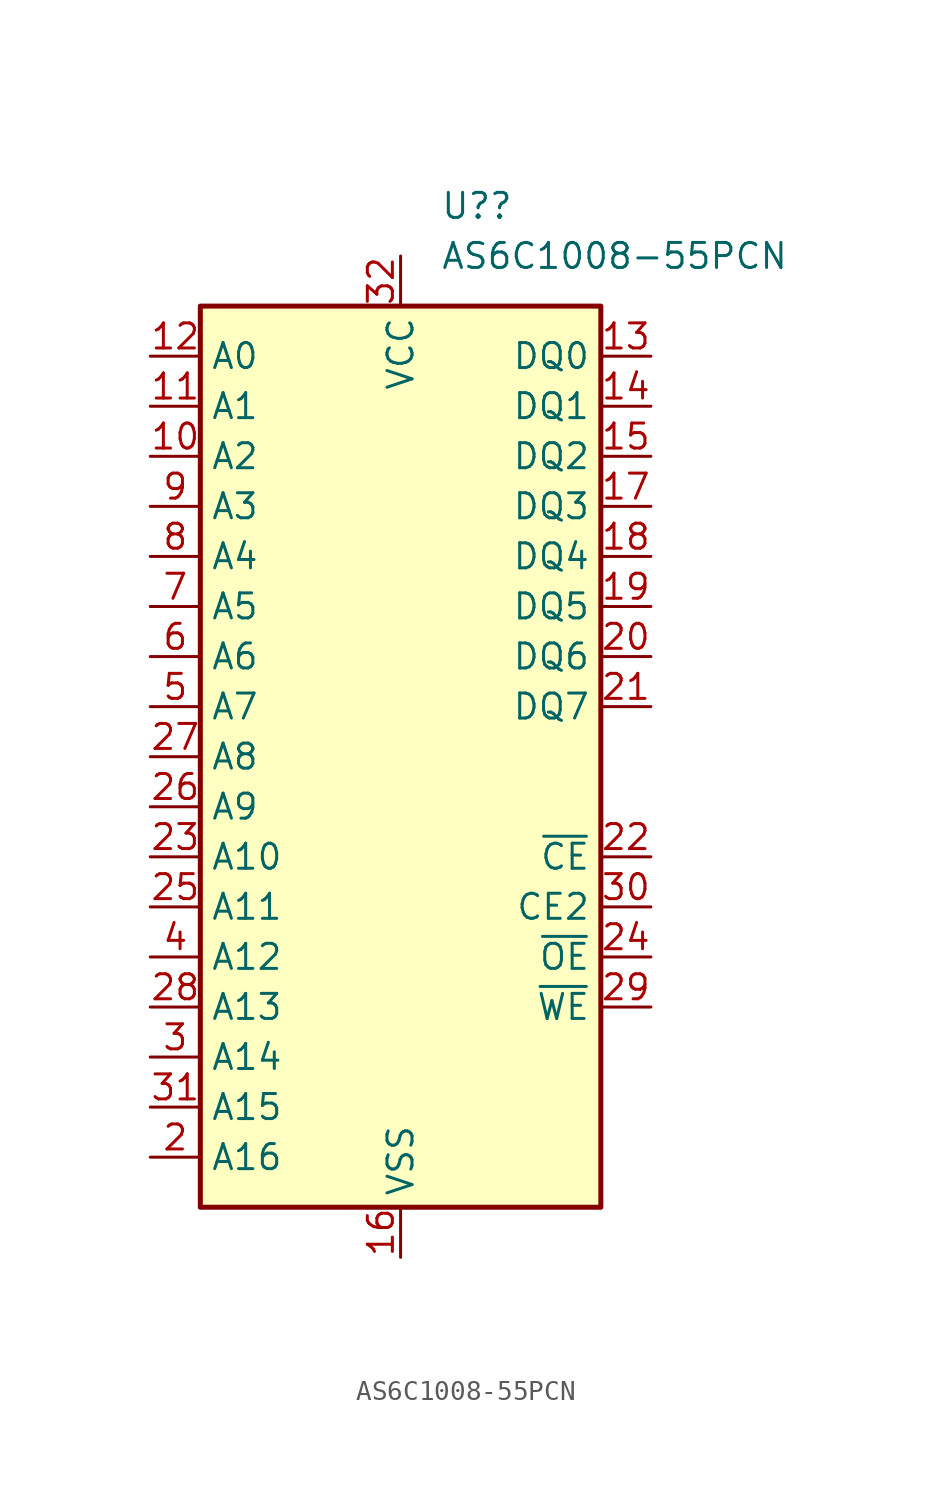
<source format=kicad_sym>
(kicad_symbol_lib
  (version 20211014)
  (generator kicad_symbol_editor)
  (symbol "AS6C1008-55PCN"
    (property "Reference" "U?"
      (at 2.019 30.48 0)
      (effects (font (size 1.27 1.27)) (justify left)))
    (property "Value" "AS6C1008-55PCN"
      (at 2.019 27.94 0)
      (effects (font (size 1.27 1.27)) (justify left)))
    (symbol "AS6C1008-55PCN_0_0"
      (pin power_in line (at 0 -22.86 90) (length 2.54) (name "VSS" (effects (font (size 1.27 1.27)))) (number "16" (effects (font (size 1.27 1.27)))))
      (pin power_in line (at 0 27.94 270) (length 2.54) (name "VCC" (effects (font (size 1.27 1.27)))) (number "32" (effects (font (size 1.27 1.27))))))
    (symbol "AS6C1008-55PCN_0_1"
      (rectangle (start -10.16 25.4) (end 10.16 -20.32) (stroke (width 0.254) (type default) (color 0 0 0 0)) (fill (type background))))
    (symbol "AS6C1008-55PCN_1_1"
      (pin input line (at 10.16 -15.24 180) (length 2.54) hide (name "NC" (effects (font (size 1.27 1.27)))) (number "1" (effects (font (size 1.27 1.27)))))
      (pin input line (at -12.7 17.78 0) (length 2.54) (name "A2" (effects (font (size 1.27 1.27)))) (number "10" (effects (font (size 1.27 1.27)))))
      (pin input line (at -12.7 20.32 0) (length 2.54) (name "A1" (effects (font (size 1.27 1.27)))) (number "11" (effects (font (size 1.27 1.27)))))
      (pin input line (at -12.7 22.86 0) (length 2.54) (name "A0" (effects (font (size 1.27 1.27)))) (number "12" (effects (font (size 1.27 1.27)))))
      (pin tri_state line (at 12.7 22.86 180) (length 2.54) (name "DQ0" (effects (font (size 1.27 1.27)))) (number "13" (effects (font (size 1.27 1.27)))))
      (pin tri_state line (at 12.7 20.32 180) (length 2.54) (name "DQ1" (effects (font (size 1.27 1.27)))) (number "14" (effects (font (size 1.27 1.27)))))
      (pin tri_state line (at 12.7 17.78 180) (length 2.54) (name "DQ2" (effects (font (size 1.27 1.27)))) (number "15" (effects (font (size 1.27 1.27)))))
      (pin tri_state line (at 12.7 15.24 180) (length 2.54) (name "DQ3" (effects (font (size 1.27 1.27)))) (number "17" (effects (font (size 1.27 1.27)))))
      (pin tri_state line (at 12.7 12.7 180) (length 2.54) (name "DQ4" (effects (font (size 1.27 1.27)))) (number "18" (effects (font (size 1.27 1.27)))))
      (pin tri_state line (at 12.7 10.16 180) (length 2.54) (name "DQ5" (effects (font (size 1.27 1.27)))) (number "19" (effects (font (size 1.27 1.27)))))
      (pin input line (at -12.7 -17.78 0) (length 2.54) (name "A16" (effects (font (size 1.27 1.27)))) (number "2" (effects (font (size 1.27 1.27)))))
      (pin tri_state line (at 12.7 7.62 180) (length 2.54) (name "DQ6" (effects (font (size 1.27 1.27)))) (number "20" (effects (font (size 1.27 1.27)))))
      (pin tri_state line (at 12.7 5.08 180) (length 2.54) (name "DQ7" (effects (font (size 1.27 1.27)))) (number "21" (effects (font (size 1.27 1.27)))))
      (pin input line (at 12.7 -2.54 180) (length 2.54) (name "~{CE}" (effects (font (size 1.27 1.27)))) (number "22" (effects (font (size 1.27 1.27)))))
      (pin input line (at -12.7 -2.54 0) (length 2.54) (name "A10" (effects (font (size 1.27 1.27)))) (number "23" (effects (font (size 1.27 1.27)))))
      (pin input line (at 12.7 -7.62 180) (length 2.54) (name "~{OE}" (effects (font (size 1.27 1.27)))) (number "24" (effects (font (size 1.27 1.27)))))
      (pin input line (at -12.7 -5.08 0) (length 2.54) (name "A11" (effects (font (size 1.27 1.27)))) (number "25" (effects (font (size 1.27 1.27)))))
      (pin input line (at -12.7 0 0) (length 2.54) (name "A9" (effects (font (size 1.27 1.27)))) (number "26" (effects (font (size 1.27 1.27)))))
      (pin input line (at -12.7 2.54 0) (length 2.54) (name "A8" (effects (font (size 1.27 1.27)))) (number "27" (effects (font (size 1.27 1.27)))))
      (pin input line (at -12.7 -10.16 0) (length 2.54) (name "A13" (effects (font (size 1.27 1.27)))) (number "28" (effects (font (size 1.27 1.27)))))
      (pin input line (at 12.7 -10.16 180) (length 2.54) (name "~{WE}" (effects (font (size 1.27 1.27)))) (number "29" (effects (font (size 1.27 1.27)))))
      (pin input line (at -12.7 -12.7 0) (length 2.54) (name "A14" (effects (font (size 1.27 1.27)))) (number "3" (effects (font (size 1.27 1.27)))))
      (pin input line (at 12.7 -5.08 180) (length 2.54) (name "CE2" (effects (font (size 1.27 1.27)))) (number "30" (effects (font (size 1.27 1.27)))))
      (pin input line (at -12.7 -15.24 0) (length 2.54) (name "A15" (effects (font (size 1.27 1.27)))) (number "31" (effects (font (size 1.27 1.27)))))
      (pin input line (at -12.7 -7.62 0) (length 2.54) (name "A12" (effects (font (size 1.27 1.27)))) (number "4" (effects (font (size 1.27 1.27)))))
      (pin input line (at -12.7 5.08 0) (length 2.54) (name "A7" (effects (font (size 1.27 1.27)))) (number "5" (effects (font (size 1.27 1.27)))))
      (pin input line (at -12.7 7.62 0) (length 2.54) (name "A6" (effects (font (size 1.27 1.27)))) (number "6" (effects (font (size 1.27 1.27)))))
      (pin input line (at -12.7 10.16 0) (length 2.54) (name "A5" (effects (font (size 1.27 1.27)))) (number "7" (effects (font (size 1.27 1.27)))))
      (pin input line (at -12.7 12.7 0) (length 2.54) (name "A4" (effects (font (size 1.27 1.27)))) (number "8" (effects (font (size 1.27 1.27)))))
      (pin input line (at -12.7 15.24 0) (length 2.54) (name "A3" (effects (font (size 1.27 1.27)))) (number "9" (effects (font (size 1.27 1.27))))))))
</source>
